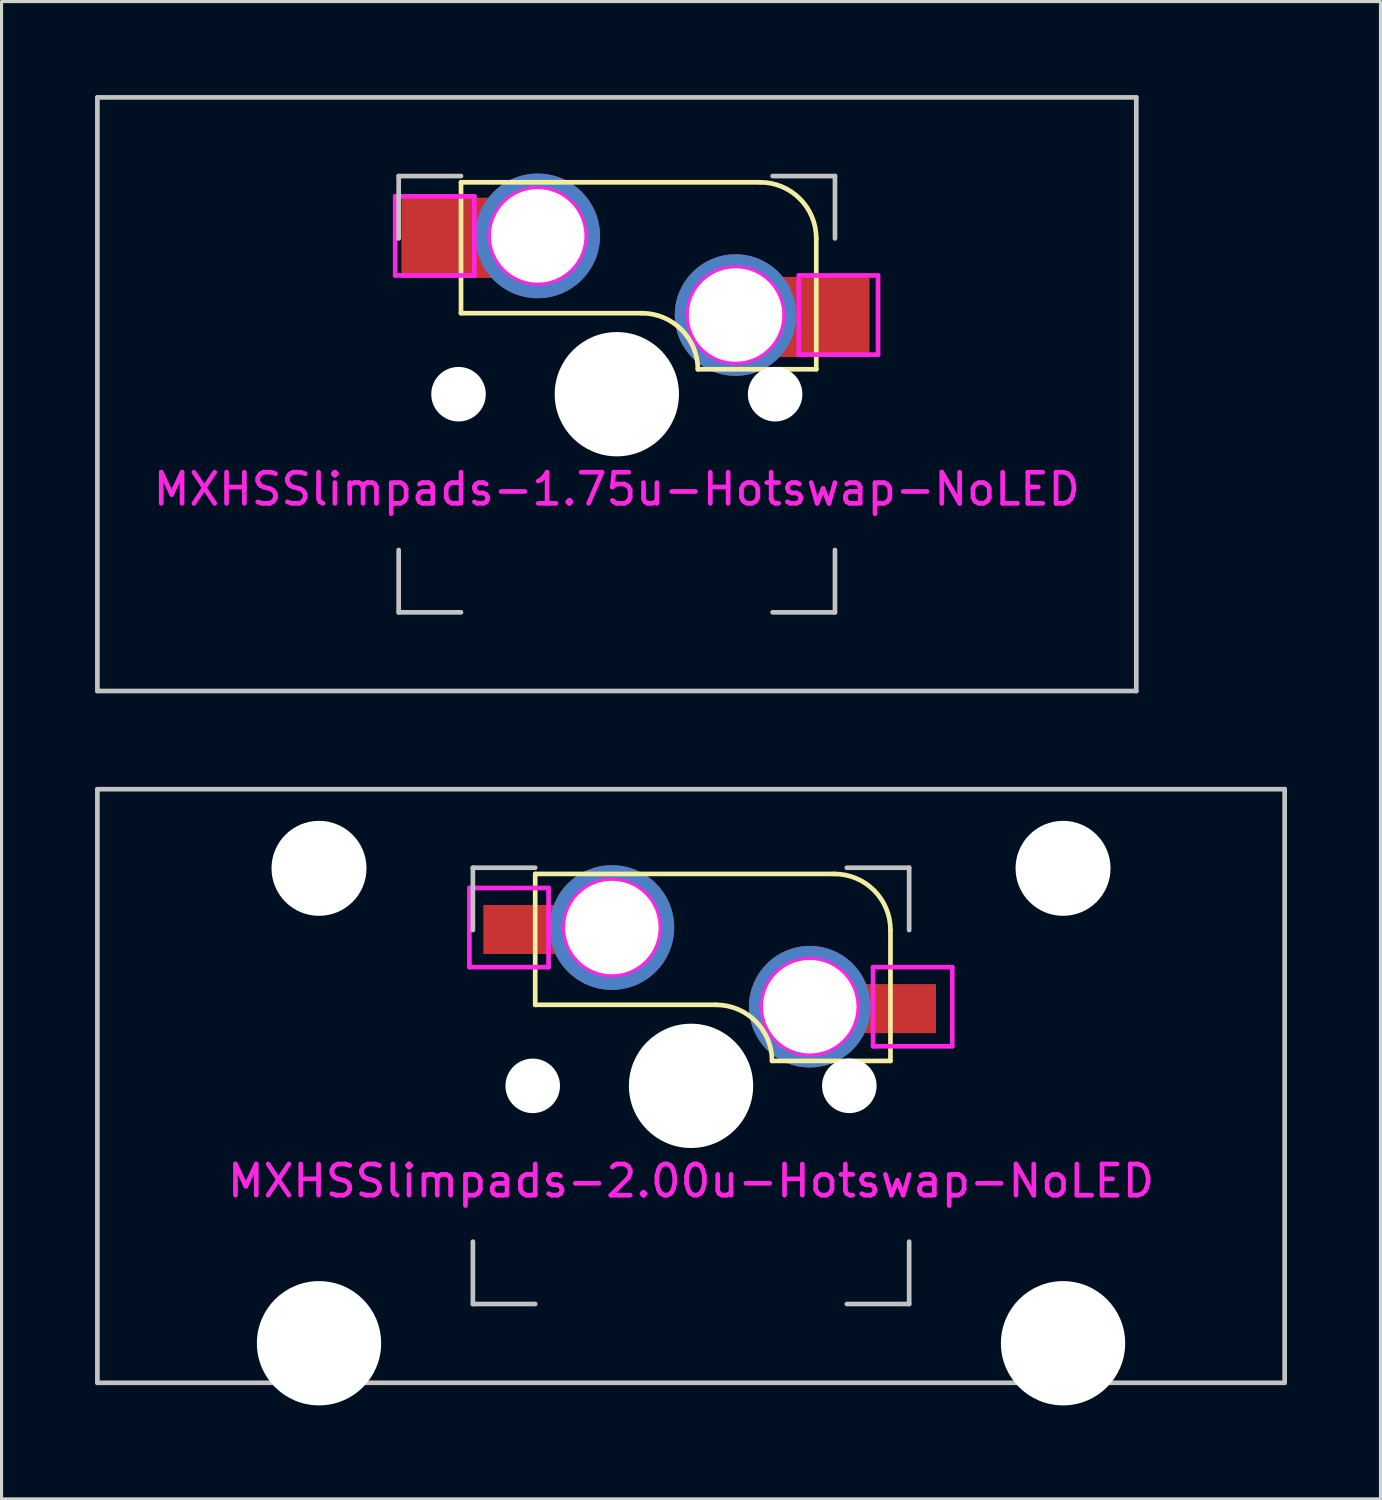
<source format=kicad_pcb>
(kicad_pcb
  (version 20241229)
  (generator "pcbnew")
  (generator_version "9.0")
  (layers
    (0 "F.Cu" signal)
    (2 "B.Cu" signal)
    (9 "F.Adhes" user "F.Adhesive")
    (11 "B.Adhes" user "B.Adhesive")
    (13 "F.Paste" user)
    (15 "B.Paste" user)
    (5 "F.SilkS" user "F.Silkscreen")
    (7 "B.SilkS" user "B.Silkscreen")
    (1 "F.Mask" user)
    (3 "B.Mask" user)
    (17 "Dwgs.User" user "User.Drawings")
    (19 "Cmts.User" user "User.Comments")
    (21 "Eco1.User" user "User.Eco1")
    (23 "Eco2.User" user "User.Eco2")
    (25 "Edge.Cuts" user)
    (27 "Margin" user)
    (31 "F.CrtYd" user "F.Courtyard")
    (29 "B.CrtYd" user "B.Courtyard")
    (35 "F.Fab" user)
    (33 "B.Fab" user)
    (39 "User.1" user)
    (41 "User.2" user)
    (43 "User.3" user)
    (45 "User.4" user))
  (footprint "MXHSSlimpads-2.00u-Hotswap-NoLED"
    (layer "F.Cu")
    (at 19.125 31.8)
    (property "Reference" "MXHSSlimpads-2.00u-Hotswap-NoLED" (at 0 3.048 180) (layer "F.CrtYd") (effects (font (size 1 1) (thickness 0.15))))
    (attr smd)
    (fp_line (start -5 -6.805) (end 4.6 -6.805) (stroke (width 0.15) (type solid)) (layer "F.SilkS"))
    (fp_line (start -5 -2.605) (end -5 -6.805) (stroke (width 0.15) (type solid)) (layer "F.SilkS"))
    (fp_line (start 0.8 -2.605) (end -5 -2.605) (stroke (width 0.15) (type solid)) (layer "F.SilkS"))
    (fp_line (start 6.4 -5.005) (end 6.4 -0.805) (stroke (width 0.15) (type solid)) (layer "F.SilkS"))
    (fp_line (start 6.4 -0.805) (end 2.6 -0.805) (stroke (width 0.15) (type solid)) (layer "F.SilkS"))
    (fp_arc (start 0.8 -2.605092) (mid 2.072792 -2.077884) (end 2.6 -0.805092) (stroke (width 0.15) (type solid)) (layer "F.SilkS"))
    (fp_arc (start 4.6 -6.805092) (mid 5.872792 -6.277884) (end 6.4 -5.005092) (stroke (width 0.15) (type solid)) (layer "F.SilkS"))
    (fp_rect (start -6.604 -5.796) (end -5.156 -4.247) (stroke (width 0.12) (type solid)) (fill yes) (layer "F.Paste"))
    (fp_rect (start 6.553 -3.231) (end 7.798 -1.681) (stroke (width 0.12) (type solid)) (fill yes) (layer "F.Paste"))
    (fp_line (start -19.05 -9.525) (end 19.05 -9.525) (stroke (width 0.15) (type solid)) (layer "Dwgs.User"))
    (fp_line (start -19.05 9.525) (end -19.05 -9.525) (stroke (width 0.15) (type solid)) (layer "Dwgs.User"))
    (fp_line (start -7 -7.005) (end -7 -5.005) (stroke (width 0.15) (type solid)) (layer "Dwgs.User"))
    (fp_line (start -7 6.995) (end -7 4.995) (stroke (width 0.15) (type solid)) (layer "Dwgs.User"))
    (fp_line (start -5 -7.005) (end -7 -7.005) (stroke (width 0.15) (type solid)) (layer "Dwgs.User"))
    (fp_line (start -5 6.995) (end -7 6.995) (stroke (width 0.15) (type solid)) (layer "Dwgs.User"))
    (fp_line (start 5 -7.005) (end 7 -7.005) (stroke (width 0.15) (type solid)) (layer "Dwgs.User"))
    (fp_line (start 7 -7.005) (end 7 -5.005) (stroke (width 0.15) (type solid)) (layer "Dwgs.User"))
    (fp_line (start 7 4.995) (end 7 6.995) (stroke (width 0.15) (type solid)) (layer "Dwgs.User"))
    (fp_line (start 7 6.995) (end 5 6.995) (stroke (width 0.15) (type solid)) (layer "Dwgs.User"))
    (fp_line (start 19.05 -9.525) (end 19.05 9.525) (stroke (width 0.15) (type solid)) (layer "Dwgs.User"))
    (fp_line (start 19.05 9.525) (end -19.05 9.525) (stroke (width 0.15) (type solid)) (layer "Dwgs.User"))
    (fp_line (start -7.112 -6.355) (end -7.112 -3.815) (stroke (width 0.15) (type solid)) (layer "F.CrtYd"))
    (fp_line (start -7.112 -3.815) (end -4.572 -3.815) (stroke (width 0.15) (type solid)) (layer "F.CrtYd"))
    (fp_line (start -4.572 -6.355) (end -7.112 -6.355) (stroke (width 0.15) (type solid)) (layer "F.CrtYd"))
    (fp_line (start -4.572 -3.815) (end -4.572 -6.355) (stroke (width 0.15) (type solid)) (layer "F.CrtYd"))
    (fp_line (start 5.842 -3.815) (end 5.842 -1.275) (stroke (width 0.15) (type solid)) (layer "F.CrtYd"))
    (fp_line (start 5.842 -1.275) (end 8.382 -1.275) (stroke (width 0.15) (type solid)) (layer "F.CrtYd"))
    (fp_line (start 8.382 -3.815) (end 5.842 -3.815) (stroke (width 0.15) (type solid)) (layer "F.CrtYd"))
    (fp_line (start 8.382 -1.275) (end 8.382 -3.815) (stroke (width 0.15) (type solid)) (layer "F.CrtYd"))
    (fp_circle (center -2.54 -5.085) (end -2.54 -6.609) (stroke (width 0.15) (type solid)) (fill no) (layer "F.CrtYd"))
    (fp_circle (center 3.81 -2.545) (end 3.81 -4.069) (stroke (width 0.15) (type solid)) (fill no) (layer "F.CrtYd"))
    (pad "" np_thru_hole circle (at -11.938 -6.985) (size 3.048 3.048) (drill 3.048) (layers "*.Cu" "*.Mask"))
    (pad "" np_thru_hole circle (at -11.938 8.255) (size 3.988 3.988) (drill 3.988) (layers "*.Cu" "*.Mask"))
    (pad "" np_thru_hole circle (at -5.08 -0.005 131.9) (size 1.75 1.75) (drill 1.75) (layers "*.Cu" "*.Mask"))
    (pad "" np_thru_hole circle (at 0 -0.005 180) (size 3.988 3.988) (drill 3.988) (layers "*.Cu" "*.Mask"))
    (pad "" np_thru_hole circle (at 5.08 -0.005 131.9) (size 1.75 1.75) (drill 1.75) (layers "*.Cu" "*.Mask"))
    (pad "" np_thru_hole circle (at 11.938 -6.985) (size 3.048 3.048) (drill 3.048) (layers "*.Cu" "*.Mask"))
    (pad "" np_thru_hole circle (at 11.938 8.255) (size 3.988 3.988) (drill 3.988) (layers "*.Cu" "*.Mask"))
    (pad "1" thru_hole circle (at 3.81 -2.545 180) (size 3.9 3.9) (drill 3) (layers "*.Cu"))
    (pad "1" smd rect (at 3.81 -2.545 180) (size 4 1.575) (drill (offset -2.05 -0.062)) (layers "F.Cu" "F.Mask"))
    (pad "2" smd rect (at -2.54 -5.085 180) (size 4 1.575) (drill (offset 2.125 -0.062)) (layers "F.Cu" "F.Mask"))
    (pad "2" thru_hole circle (at -2.54 -5.085 180) (size 4 4) (drill 3) (layers "*.Cu")))
  (footprint "MXHSSlimpads-1.75u-Hotswap-NoLED"
    (layer "F.Cu")
    (at 16.744 9.6)
    (property "Reference" "MXHSSlimpads-1.75u-Hotswap-NoLED" (at 0 3.048 180) (layer "F.CrtYd") (effects (font (size 1 1) (thickness 0.15))))
    (attr smd)
    (fp_line (start -5 -6.8) (end 4.6 -6.8) (stroke (width 0.15) (type solid)) (layer "F.SilkS"))
    (fp_line (start -5 -2.6) (end -5 -6.8) (stroke (width 0.15) (type solid)) (layer "F.SilkS"))
    (fp_line (start 0.8 -2.6) (end -5 -2.6) (stroke (width 0.15) (type solid)) (layer "F.SilkS"))
    (fp_line (start 6.4 -5) (end 6.4 -0.8) (stroke (width 0.15) (type solid)) (layer "F.SilkS"))
    (fp_line (start 6.4 -0.8) (end 2.6 -0.8) (stroke (width 0.15) (type solid)) (layer "F.SilkS"))
    (fp_arc (start 0.8 -2.6) (mid 2.072792 -2.072792) (end 2.6 -0.8) (stroke (width 0.15) (type solid)) (layer "F.SilkS"))
    (fp_arc (start 4.6 -6.8) (mid 5.872792 -6.272792) (end 6.4 -5) (stroke (width 0.15) (type solid)) (layer "F.SilkS"))
    (fp_rect (start -6.854 -6.291) (end -5.156 -3.742) (stroke (width 0.12) (type solid)) (fill yes) (layer "F.Paste"))
    (fp_rect (start 6.553 -3.726) (end 8.048 -1.176) (stroke (width 0.12) (type solid)) (fill yes) (layer "F.Paste"))
    (fp_line (start -16.669 -9.525) (end -16.669 9.525) (stroke (width 0.15) (type solid)) (layer "Dwgs.User"))
    (fp_line (start -16.669 9.525) (end 16.669 9.525) (stroke (width 0.15) (type solid)) (layer "Dwgs.User"))
    (fp_line (start -7 -7) (end -7 -5) (stroke (width 0.15) (type solid)) (layer "Dwgs.User"))
    (fp_line (start -7 7) (end -7 5) (stroke (width 0.15) (type solid)) (layer "Dwgs.User"))
    (fp_line (start -5 -7) (end -7 -7) (stroke (width 0.15) (type solid)) (layer "Dwgs.User"))
    (fp_line (start -5 7) (end -7 7) (stroke (width 0.15) (type solid)) (layer "Dwgs.User"))
    (fp_line (start 5 -7) (end 7 -7) (stroke (width 0.15) (type solid)) (layer "Dwgs.User"))
    (fp_line (start 7 -7) (end 7 -5) (stroke (width 0.15) (type solid)) (layer "Dwgs.User"))
    (fp_line (start 7 5) (end 7 7) (stroke (width 0.15) (type solid)) (layer "Dwgs.User"))
    (fp_line (start 7 7) (end 5 7) (stroke (width 0.15) (type solid)) (layer "Dwgs.User"))
    (fp_line (start 16.669 -9.525) (end -16.669 -9.525) (stroke (width 0.15) (type solid)) (layer "Dwgs.User"))
    (fp_line (start 16.669 9.525) (end 16.669 -9.525) (stroke (width 0.15) (type solid)) (layer "Dwgs.User"))
    (fp_line (start -7.112 -6.35) (end -7.112 -3.81) (stroke (width 0.15) (type solid)) (layer "F.CrtYd"))
    (fp_line (start -7.112 -3.81) (end -4.572 -3.81) (stroke (width 0.15) (type solid)) (layer "F.CrtYd"))
    (fp_line (start -4.572 -6.35) (end -7.112 -6.35) (stroke (width 0.15) (type solid)) (layer "F.CrtYd"))
    (fp_line (start -4.572 -3.81) (end -4.572 -6.35) (stroke (width 0.15) (type solid)) (layer "F.CrtYd"))
    (fp_line (start 5.842 -3.81) (end 5.842 -1.27) (stroke (width 0.15) (type solid)) (layer "F.CrtYd"))
    (fp_line (start 5.842 -1.27) (end 8.382 -1.27) (stroke (width 0.15) (type solid)) (layer "F.CrtYd"))
    (fp_line (start 8.382 -3.81) (end 5.842 -3.81) (stroke (width 0.15) (type solid)) (layer "F.CrtYd"))
    (fp_line (start 8.382 -1.27) (end 8.382 -3.81) (stroke (width 0.15) (type solid)) (layer "F.CrtYd"))
    (fp_circle (center -2.54 -5.08) (end -2.54 -6.604) (stroke (width 0.15) (type solid)) (fill no) (layer "F.CrtYd"))
    (fp_circle (center 3.81 -2.54) (end 3.81 -4.064) (stroke (width 0.15) (type solid)) (fill no) (layer "F.CrtYd"))
    (pad "" np_thru_hole circle (at -5.08 0 131.9) (size 1.75 1.75) (drill 1.75) (layers "*.Cu" "*.Mask"))
    (pad "" np_thru_hole circle (at 0 0 180) (size 3.988 3.988) (drill 3.988) (layers "*.Cu" "*.Mask"))
    (pad "" np_thru_hole circle (at 5.08 0 131.9) (size 1.75 1.75) (drill 1.75) (layers "*.Cu" "*.Mask"))
    (pad "1" thru_hole circle (at 3.81 -2.54 180) (size 3.9 3.9) (drill 3) (layers "*.Cu"))
    (pad "1" smd rect (at 3.81 -2.54 180) (size 4.5 2.575) (drill (offset -2.05 -0.062)) (layers "F.Cu" "F.Mask"))
    (pad "2" thru_hole circle (at -2.54 -5.08 180) (size 4 4) (drill 3) (layers "*.Cu"))
    (pad "2" smd rect (at -2.54 -5.08 180) (size 4.5 2.575) (drill (offset 2.125 -0.062)) (layers "F.Cu" "F.Mask")))
  (gr_rect
    (start -3 -3)
    (end 41.25 45.049)
    (stroke (width 0.1) (type default))
    (fill no)
    (layer "Edge.Cuts")))
</source>
